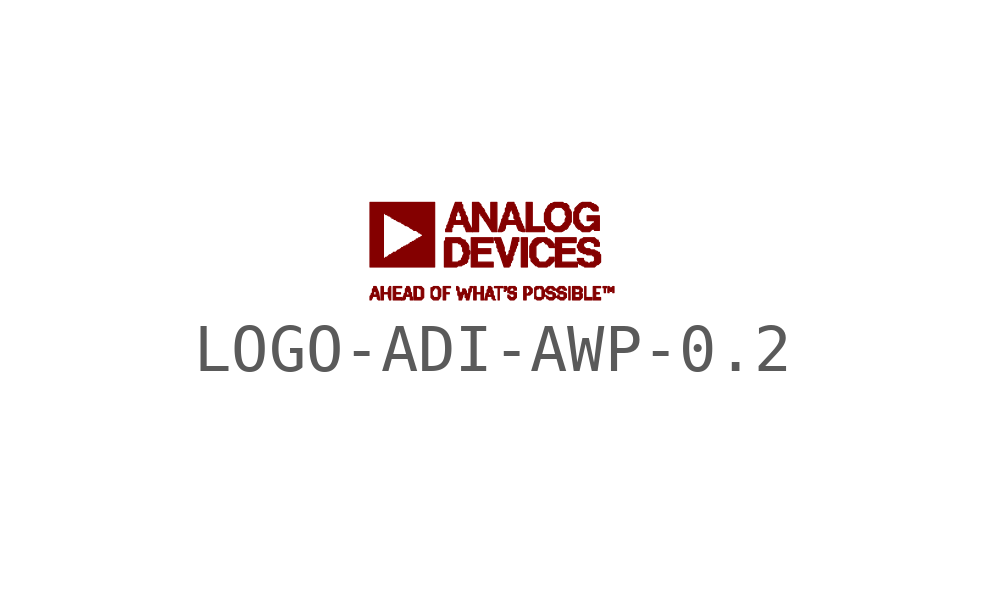
<source format=kicad_sym>
(kicad_symbol_lib
  (version 20201005)
  (generator kicad_symbol_editor)
  (symbol "LOGO-ADI-AWP-0.2"
    (pin_names
      (offset 1.016))
    (property "Reference" "#G"
      (at 0 -0.254 0)
      (effects (font (size 1.524 1.524)) hide))
    (symbol "LOGO-ADI-AWP-0.2_0_0"
      (polyline (pts (xy 0.254 -0.813) (xy 0.254 -0.838) (xy 0.279 -0.838) (xy 0.279 -0.813) (xy 0.254 -0.813)) (stroke (width 0.025)) (fill (type outline)))
      (polyline (pts (xy 0.737 0.279) (xy 0.61 0.279) (xy 0.61 -0.33) (xy 0.737 -0.33) (xy 0.737 0.279)) (stroke (width 0.025)) (fill (type outline)))
      (polyline (pts (xy 1.626 -0.737) (xy 1.6 -0.737) (xy 1.6 -1.016) (xy 1.626 -1.016) (xy 1.626 -0.737)) (stroke (width 0.025)) (fill (type outline)))
      (polyline (pts (xy 2.464 -0.838) (xy 2.489 -0.838) (xy 2.489 -0.813) (xy 2.464 -0.813) (xy 2.464 -0.838)) (stroke (width 0.025)) (fill (type outline)))
      (polyline (pts (xy 0.305 -0.813) (xy 0.305 -0.737) (xy 0.254 -0.737) (xy 0.254 -0.787) (xy 0.279 -0.787) (xy 0.279 -0.813) (xy 0.305 -0.813)) (stroke (width 0.025)) (fill (type outline)))
      (polyline (pts (xy 1.092 0.508) (xy 0.838 0.508) (xy 0.838 1.016) (xy 0.711 1.016) (xy 0.711 0.406) (xy 1.092 0.406) (xy 1.092 0.508)) (stroke (width 0.025)) (fill (type outline)))
      (polyline (pts (xy 2.083 -0.965) (xy 1.956 -0.965) (xy 1.956 -0.737) (xy 1.93 -0.737) (xy 1.93 -1.016) (xy 2.083 -1.016) (xy 2.083 -0.965)) (stroke (width 0.025)) (fill (type outline)))
      (polyline (pts (xy 2.464 -0.762) (xy 2.438 -0.737) (xy 2.413 -0.737) (xy 2.413 -0.864) (xy 2.438 -0.864) (xy 2.438 -0.813) (xy 2.464 -0.813) (xy 2.464 -0.762)) (stroke (width 0.025)) (fill (type outline)))
      (polyline (pts (xy 2.515 -0.787) (xy 2.515 -0.864) (xy 2.54 -0.864) (xy 2.54 -0.737) (xy 2.515 -0.737) (xy 2.489 -0.762) (xy 2.489 -0.813) (xy 2.515 -0.787)) (stroke (width 0.025)) (fill (type outline)))
      (polyline (pts (xy 0.152 -0.762) (xy 0.229 -0.762) (xy 0.229 -0.737) (xy 0.051 -0.737) (xy 0.051 -0.762) (xy 0.127 -0.762) (xy 0.127 -1.016) (xy 0.152 -1.016) (xy 0.152 -0.762)) (stroke (width 0.025)) (fill (type outline)))
      (polyline (pts (xy 2.362 -0.762) (xy 2.388 -0.762) (xy 2.388 -0.737) (xy 2.311 -0.737) (xy 2.311 -0.762) (xy 2.337 -0.762) (xy 2.337 -0.864) (xy 2.362 -0.864) (xy 2.362 -0.762)) (stroke (width 0.025)) (fill (type outline)))
      (polyline (pts (xy -0.965 -0.889) (xy -0.889 -0.889) (xy -0.889 -0.864) (xy -0.965 -0.864) (xy -0.965 -0.762) (xy -0.864 -0.762) (xy -0.864 -0.737) (xy -1.016 -0.737) (xy -1.016 -1.016) (xy -0.965 -1.016) (xy -0.965 -0.889)) (stroke (width 0.025)) (fill (type outline)))
      (polyline (pts (xy -1.88 -0.965) (xy -2.007 -0.965) (xy -2.007 -0.889) (xy -1.905 -0.889) (xy -1.905 -0.864) (xy -2.007 -0.864) (xy -2.007 -0.762) (xy -1.88 -0.762) (xy -1.88 -0.737) (xy -2.057 -0.737) (xy -2.057 -1.016) (xy -1.88 -1.016) (xy -1.88 -0.965)) (stroke (width 0.025)) (fill (type outline)))
      (polyline (pts (xy -0.33 -0.889) (xy -0.229 -0.889) (xy -0.229 -1.016) (xy -0.178 -1.016) (xy -0.178 -0.737) (xy -0.229 -0.737) (xy -0.229 -0.864) (xy -0.33 -0.864) (xy -0.33 -0.737) (xy -0.381 -0.737) (xy -0.381 -1.016) (xy -0.33 -1.016) (xy -0.33 -0.889)) (stroke (width 0.025)) (fill (type outline)))
      (polyline (pts (xy 0.025 -0.229) (xy -0.305 -0.229) (xy -0.305 -0.051) (xy -0.025 -0.051) (xy -0.025 0.051) (xy -0.305 0.051) (xy -0.305 0.178) (xy 0.025 0.178) (xy 0.025 0.279) (xy -0.432 0.279) (xy -0.432 -0.33) (xy 0.025 -0.33) (xy 0.025 -0.229)) (stroke (width 0.025)) (fill (type outline)))
      (polyline (pts (xy 1.778 -0.229) (xy 1.448 -0.229) (xy 1.448 -0.051) (xy 1.727 -0.051) (xy 1.727 0.051) (xy 1.448 0.051) (xy 1.448 0.178) (xy 1.753 0.178) (xy 1.753 0.279) (xy 1.321 0.279) (xy 1.321 -0.33) (xy 1.778 -0.33) (xy 1.778 -0.229)) (stroke (width 0.025)) (fill (type outline)))
      (polyline (pts (xy 2.261 -0.965) (xy 2.159 -0.965) (xy 2.159 -0.889) (xy 2.235 -0.889) (xy 2.235 -0.864) (xy 2.159 -0.864) (xy 2.159 -0.762) (xy 2.261 -0.762) (xy 2.261 -0.737) (xy 2.108 -0.737) (xy 2.108 -1.016) (xy 2.261 -1.016) (xy 2.261 -0.965)) (stroke (width 0.025)) (fill (type outline)))
      (polyline (pts (xy -2.261 -0.889) (xy -2.159 -0.889) (xy -2.159 -0.94) (xy -2.134 -1.016) (xy -2.108 -1.016) (xy -2.108 -0.737) (xy -2.134 -0.737) (xy -2.159 -0.787) (xy -2.159 -0.864) (xy -2.261 -0.864) (xy -2.261 -0.737) (xy -2.311 -0.737) (xy -2.311 -1.016) (xy -2.261 -1.016) (xy -2.261 -0.889)) (stroke (width 0.025)) (fill (type outline)))
      (polyline (pts (xy -1.422 -0.965) (xy -1.422 -0.787) (xy -1.473 -0.737) (xy -1.626 -0.737) (xy -1.626 -0.965) (xy -1.575 -0.965) (xy -1.575 -0.762) (xy -1.524 -0.762) (xy -1.499 -0.787) (xy -1.473 -0.787) (xy -1.473 -0.965) (xy -1.575 -0.965) (xy -1.626 -0.965) (xy -1.626 -1.016) (xy -1.473 -1.016) (xy -1.422 -0.965)) (stroke (width 0.025)) (fill (type outline)))
      (polyline (pts (xy 0.711 -0.914) (xy 0.787 -0.914) (xy 0.838 -0.864) (xy 0.838 -0.787) (xy 0.787 -0.737) (xy 0.66 -0.737) (xy 0.66 -0.889) (xy 0.711 -0.889) (xy 0.711 -0.762) (xy 0.762 -0.762) (xy 0.762 -0.787) (xy 0.787 -0.787) (xy 0.787 -0.864) (xy 0.762 -0.864) (xy 0.762 -0.889) (xy 0.711 -0.889) (xy 0.66 -0.889) (xy 0.66 -1.016) (xy 0.711 -1.016) (xy 0.711 -0.914)) (stroke (width 0.025)) (fill (type outline)))
      (polyline (pts (xy -2.489 -0.965) (xy -2.489 -0.94) (xy -2.388 -0.94) (xy -2.388 -0.991) (xy -2.362 -1.016) (xy -2.337 -1.016) (xy -2.362 -0.864) (xy -2.413 -0.737) (xy -2.464 -0.737) (xy -2.464 -0.787) (xy -2.489 -0.787) (xy -2.489 -0.864) (xy -2.515 -0.889) (xy -2.515 -0.914) (xy -2.464 -0.914) (xy -2.464 -0.838) (xy -2.413 -0.838) (xy -2.413 -0.914) (xy -2.464 -0.914) (xy -2.515 -0.914) (xy -2.54 -0.94) (xy -2.54 -1.016) (xy -2.515 -1.016) (xy -2.489 -0.965)) (stroke (width 0.025)) (fill (type outline)))
      (polyline (pts (xy -1.803 -0.991) (xy -1.803 -0.94) (xy -1.702 -0.94) (xy -1.702 -1.016) (xy -1.651 -1.016) (xy -1.651 -0.965) (xy -1.676 -0.94) (xy -1.676 -0.864) (xy -1.702 -0.864) (xy -1.702 -0.787) (xy -1.727 -0.737) (xy -1.778 -0.737) (xy -1.778 -0.762) (xy -1.803 -0.787) (xy -1.803 -0.864) (xy -1.829 -0.889) (xy -1.829 -0.914) (xy -1.778 -0.914) (xy -1.778 -0.838) (xy -1.753 -0.838) (xy -1.727 -0.864) (xy -1.727 -0.914) (xy -1.778 -0.914) (xy -1.829 -0.914) (xy -1.88 -1.016) (xy -1.829 -1.016) (xy -1.803 -0.991)) (stroke (width 0.025)) (fill (type outline)))
      (polyline (pts (xy 1.88 -0.965) (xy 1.88 -0.889) (xy 1.854 -0.889) (xy 1.854 -0.864) (xy 1.88 -0.838) (xy 1.88 -0.787) (xy 1.829 -0.737) (xy 1.676 -0.737) (xy 1.676 -0.864) (xy 1.727 -0.864) (xy 1.727 -0.762) (xy 1.778 -0.787) (xy 1.829 -0.787) (xy 1.829 -0.838) (xy 1.803 -0.864) (xy 1.727 -0.864) (xy 1.676 -0.864) (xy 1.676 -0.965) (xy 1.727 -0.965) (xy 1.727 -0.889) (xy 1.829 -0.889) (xy 1.829 -0.965) (xy 1.727 -0.965) (xy 1.676 -0.965) (xy 1.676 -1.016) (xy 1.829 -1.016) (xy 1.88 -0.965)) (stroke (width 0.025)) (fill (type outline)))
      (polyline (pts (xy -0.279 0.813) (xy -0.254 0.813) (xy -0.254 0.787) (xy -0.229 0.762) (xy -0.229 0.737) (xy -0.203 0.737) (xy -0.203 0.711) (xy -0.178 0.686) (xy -0.152 0.635) (xy -0.127 0.61) (xy 0 0.406) (xy 0.102 0.406) (xy 0.102 1.016) (xy -0.025 1.016) (xy -0.025 0.61) (xy -0.127 0.787) (xy -0.152 0.813) (xy -0.152 0.838) (xy -0.178 0.889) (xy -0.203 0.889) (xy -0.203 0.914) (xy -0.229 0.94) (xy -0.229 0.965) (xy -0.279 1.016) (xy -0.406 1.016) (xy -0.406 0.406) (xy -0.279 0.406) (xy -0.279 0.813)) (stroke (width 0.025)) (fill (type outline)))
      (polyline (pts (xy 1.041 -0.991) (xy 1.067 -0.991) (xy 1.067 -0.965) (xy 1.092 -0.94) (xy 1.092 -0.813) (xy 1.067 -0.787) (xy 1.067 -0.762) (xy 1.041 -0.737) (xy 0.914 -0.737) (xy 0.914 -0.762) (xy 0.889 -0.762) (xy 0.889 -0.94) (xy 0.914 -0.94) (xy 0.914 -0.813) (xy 0.94 -0.787) (xy 0.965 -0.787) (xy 0.965 -0.762) (xy 0.991 -0.762) (xy 1.016 -0.787) (xy 1.041 -0.787) (xy 1.041 -0.965) (xy 0.94 -0.965) (xy 0.914 -0.94) (xy 0.889 -0.94) (xy 0.889 -0.991) (xy 0.914 -0.991) (xy 0.94 -1.016) (xy 1.016 -1.016) (xy 1.041 -0.991)) (stroke (width 0.025)) (fill (type outline)))
      (polyline (pts (xy -1.118 -0.991) (xy -1.092 -0.991) (xy -1.092 -0.965) (xy -1.067 -0.94) (xy -1.067 -0.787) (xy -1.092 -0.787) (xy -1.092 -0.762) (xy -1.118 -0.737) (xy -1.219 -0.737) (xy -1.245 -0.762) (xy -1.27 -0.762) (xy -1.27 -0.914) (xy -1.245 -0.914) (xy -1.245 -0.838) (xy -1.219 -0.813) (xy -1.219 -0.787) (xy -1.194 -0.787) (xy -1.194 -0.762) (xy -1.143 -0.762) (xy -1.143 -0.787) (xy -1.118 -0.787) (xy -1.118 -0.965) (xy -1.219 -0.965) (xy -1.219 -0.94) (xy -1.245 -0.914) (xy -1.27 -0.914) (xy -1.27 -0.965) (xy -1.219 -1.016) (xy -1.118 -1.016) (xy -1.118 -0.991)) (stroke (width 0.025)) (fill (type outline)))
      (polyline (pts (xy -0.102 -0.94) (xy 0 -0.94) (xy 0 -0.991) (xy 0.025 -0.991) (xy 0.025 -1.016) (xy 0.076 -1.016) (xy 0.051 -0.991) (xy 0.051 -0.94) (xy 0.025 -0.914) (xy 0.025 -0.838) (xy 0 -0.813) (xy 0 -0.762) (xy -0.025 -0.762) (xy -0.025 -0.737) (xy -0.076 -0.737) (xy -0.076 -0.787) (xy -0.102 -0.813) (xy -0.102 -0.864) (xy -0.127 -0.889) (xy -0.127 -0.914) (xy -0.076 -0.914) (xy -0.076 -0.864) (xy -0.051 -0.864) (xy -0.051 -0.813) (xy -0.025 -0.813) (xy -0.025 -0.889) (xy 0 -0.914) (xy -0.076 -0.914) (xy -0.127 -0.914) (xy -0.152 -1.016) (xy -0.102 -1.016) (xy -0.102 -0.94)) (stroke (width 0.025)) (fill (type outline)))
      (polyline (pts (xy 0.508 -0.965) (xy 0.508 -0.864) (xy 0.457 -0.864) (xy 0.457 -0.838) (xy 0.381 -0.838) (xy 0.356 -0.813) (xy 0.406 -0.762) (xy 0.432 -0.762) (xy 0.457 -0.787) (xy 0.457 -0.813) (xy 0.508 -0.813) (xy 0.508 -0.762) (xy 0.483 -0.762) (xy 0.483 -0.737) (xy 0.356 -0.737) (xy 0.356 -0.762) (xy 0.33 -0.762) (xy 0.33 -0.864) (xy 0.356 -0.864) (xy 0.381 -0.889) (xy 0.457 -0.889) (xy 0.457 -0.914) (xy 0.483 -0.914) (xy 0.483 -0.94) (xy 0.457 -0.94) (xy 0.457 -0.965) (xy 0.381 -0.965) (xy 0.381 -0.94) (xy 0.356 -0.94) (xy 0.356 -0.914) (xy 0.33 -0.914) (xy 0.33 -0.965) (xy 0.381 -1.016) (xy 0.457 -1.016) (xy 0.508 -0.965)) (stroke (width 0.025)) (fill (type outline)))
      (polyline (pts (xy 1.321 -0.965) (xy 1.321 -0.889) (xy 1.295 -0.889) (xy 1.295 -0.864) (xy 1.27 -0.864) (xy 1.245 -0.838) (xy 1.168 -0.838) (xy 1.168 -0.787) (xy 1.194 -0.787) (xy 1.219 -0.762) (xy 1.245 -0.762) (xy 1.245 -0.787) (xy 1.27 -0.787) (xy 1.27 -0.813) (xy 1.321 -0.813) (xy 1.321 -0.787) (xy 1.27 -0.737) (xy 1.168 -0.737) (xy 1.143 -0.762) (xy 1.143 -0.787) (xy 1.118 -0.787) (xy 1.118 -0.838) (xy 1.143 -0.838) (xy 1.143 -0.864) (xy 1.168 -0.864) (xy 1.168 -0.889) (xy 1.27 -0.889) (xy 1.27 -0.965) (xy 1.168 -0.965) (xy 1.168 -0.94) (xy 1.143 -0.94) (xy 1.118 -0.914) (xy 1.118 -0.94) (xy 1.143 -0.965) (xy 1.143 -0.991) (xy 1.168 -0.991) (xy 1.194 -1.016) (xy 1.27 -1.016) (xy 1.321 -0.965)) (stroke (width 0.025)) (fill (type outline)))
      (polyline (pts (xy -0.61 -0.94) (xy -0.61 -0.914) (xy -0.584 -0.889) (xy -0.584 -0.864) (xy -0.559 -0.889) (xy -0.559 -0.965) (xy -0.533 -0.965) (xy -0.533 -1.016) (xy -0.483 -1.016) (xy -0.457 -0.889) (xy -0.457 -0.864) (xy -0.432 -0.838) (xy -0.432 -0.762) (xy -0.406 -0.762) (xy -0.406 -0.737) (xy -0.457 -0.737) (xy -0.457 -0.787) (xy -0.483 -0.787) (xy -0.483 -0.864) (xy -0.508 -0.889) (xy -0.508 -0.914) (xy -0.533 -0.914) (xy -0.533 -0.838) (xy -0.559 -0.787) (xy -0.61 -0.787) (xy -0.61 -0.838) (xy -0.635 -0.864) (xy -0.635 -0.94) (xy -0.66 -0.94) (xy -0.66 -0.864) (xy -0.686 -0.838) (xy -0.686 -0.762) (xy -0.711 -0.737) (xy -0.737 -0.737) (xy -0.737 -0.813) (xy -0.711 -0.813) (xy -0.711 -0.914) (xy -0.686 -0.94) (xy -0.686 -1.016) (xy -0.635 -1.016) (xy -0.61 -0.94)) (stroke (width 0.025)) (fill (type outline)))
      (polyline (pts (xy 0.356 -0.305) (xy 0.381 -0.305) (xy 0.381 -0.254) (xy 0.406 -0.229) (xy 0.406 -0.203) (xy 0.432 -0.178) (xy 0.432 -0.102) (xy 0.457 -0.076) (xy 0.457 -0.025) (xy 0.483 0) (xy 0.483 0.025) (xy 0.508 0.076) (xy 0.508 0.102) (xy 0.533 0.127) (xy 0.533 0.203) (xy 0.559 0.203) (xy 0.559 0.279) (xy 0.432 0.279) (xy 0.381 0.051) (xy 0.381 0.025) (xy 0.356 0) (xy 0.356 -0.051) (xy 0.33 -0.076) (xy 0.33 -0.127) (xy 0.305 -0.152) (xy 0.305 -0.102) (xy 0.279 -0.076) (xy 0.279 -0.025) (xy 0.254 0) (xy 0.254 0.076) (xy 0.178 0.279) (xy 0.051 0.279) (xy 0.051 0.229) (xy 0.076 0.229) (xy 0.076 0.178) (xy 0.102 0.152) (xy 0.102 0.076) (xy 0.127 0.051) (xy 0.127 0) (xy 0.152 -0.025) (xy 0.254 -0.33) (xy 0.356 -0.33) (xy 0.356 -0.305)) (stroke (width 0.025)) (fill (type outline)))
      (polyline (pts (xy 1.168 -0.305) (xy 1.194 -0.305) (xy 1.295 -0.203) (xy 1.295 -0.127) (xy 1.194 -0.127) (xy 1.194 -0.152) (xy 1.118 -0.229) (xy 0.991 -0.229) (xy 0.965 -0.203) (xy 0.965 -0.178) (xy 0.914 -0.127) (xy 0.914 0.102) (xy 0.991 0.178) (xy 1.016 0.178) (xy 1.041 0.203) (xy 1.092 0.203) (xy 1.092 0.178) (xy 1.118 0.178) (xy 1.118 0.152) (xy 1.143 0.152) (xy 1.168 0.127) (xy 1.194 0.076) (xy 1.321 0.076) (xy 1.295 0.102) (xy 1.295 0.152) (xy 1.27 0.152) (xy 1.27 0.178) (xy 1.194 0.254) (xy 1.168 0.254) (xy 1.143 0.279) (xy 0.94 0.279) (xy 0.889 0.254) (xy 0.838 0.203) (xy 0.838 0.178) (xy 0.813 0.152) (xy 0.787 0.102) (xy 0.787 -0.127) (xy 0.813 -0.152) (xy 0.813 -0.203) (xy 0.914 -0.305) (xy 0.94 -0.305) (xy 0.965 -0.33) (xy 1.143 -0.33) (xy 1.168 -0.305)) (stroke (width 0.025)) (fill (type outline)))
      (polyline (pts (xy 1.499 -0.991) (xy 1.524 -0.991) (xy 1.524 -0.965) (xy 1.549 -0.965) (xy 1.549 -0.889) (xy 1.524 -0.864) (xy 1.499 -0.864) (xy 1.473 -0.838) (xy 1.397 -0.838) (xy 1.397 -0.787) (xy 1.422 -0.787) (xy 1.422 -0.762) (xy 1.448 -0.762) (xy 1.473 -0.787) (xy 1.499 -0.787) (xy 1.499 -0.813) (xy 1.549 -0.813) (xy 1.549 -0.787) (xy 1.524 -0.787) (xy 1.524 -0.762) (xy 1.499 -0.737) (xy 1.397 -0.737) (xy 1.397 -0.762) (xy 1.372 -0.762) (xy 1.372 -0.787) (xy 1.346 -0.787) (xy 1.346 -0.838) (xy 1.372 -0.838) (xy 1.372 -0.864) (xy 1.397 -0.864) (xy 1.397 -0.889) (xy 1.499 -0.889) (xy 1.499 -0.965) (xy 1.422 -0.965) (xy 1.397 -0.94) (xy 1.397 -0.914) (xy 1.372 -0.914) (xy 1.372 -0.94) (xy 1.346 -0.94) (xy 1.346 -0.965) (xy 1.372 -0.965) (xy 1.372 -0.991) (xy 1.397 -0.991) (xy 1.422 -1.016) (xy 1.499 -1.016) (xy 1.499 -0.991)) (stroke (width 0.025)) (fill (type outline)))
      (polyline (pts (xy -0.838 0.483) (xy -0.813 0.508) (xy -0.813 0.559) (xy -0.584 0.559) (xy -0.584 0.508) (xy -0.559 0.508) (xy -0.559 0.483) (xy -0.533 0.406) (xy -0.406 0.406) (xy -0.432 0.483) (xy -0.508 0.635) (xy -0.508 0.686) (xy -0.533 0.737) (xy -0.559 0.762) (xy -0.559 0.813) (xy -0.584 0.838) (xy -0.584 0.864) (xy -0.61 0.889) (xy -0.61 0.965) (xy -0.635 0.965) (xy -0.635 1.016) (xy -0.762 1.016) (xy -0.864 0.737) (xy -0.864 0.711) (xy -0.889 0.66) (xy -0.889 0.635) (xy -0.762 0.635) (xy -0.762 0.737) (xy -0.737 0.737) (xy -0.737 0.787) (xy -0.711 0.838) (xy -0.711 0.889) (xy -0.686 0.864) (xy -0.686 0.813) (xy -0.66 0.787) (xy -0.66 0.737) (xy -0.635 0.737) (xy -0.635 0.635) (xy -0.762 0.635) (xy -0.889 0.635) (xy -0.914 0.584) (xy -0.914 0.559) (xy -0.94 0.533) (xy -0.94 0.483) (xy -0.965 0.457) (xy -0.965 0.406) (xy -0.838 0.406) (xy -0.838 0.483)) (stroke (width 0.025)) (fill (type outline)))
      (polyline (pts (xy -0.711 -0.305) (xy -0.635 -0.305) (xy -0.61 -0.279) (xy -0.584 -0.279) (xy -0.559 -0.254) (xy -0.533 -0.254) (xy -0.533 -0.229) (xy -0.508 -0.229) (xy -0.508 -0.178) (xy -0.483 -0.152) (xy -0.483 -0.076) (xy -0.457 -0.051) (xy -0.457 0) (xy -0.483 0.025) (xy -0.483 0.102) (xy -0.508 0.152) (xy -0.559 0.203) (xy -0.559 0.229) (xy -0.584 0.229) (xy -0.635 0.254) (xy -0.66 0.279) (xy -0.965 0.279) (xy -0.965 0.229) (xy -0.991 0.203) (xy -0.991 -0.229) (xy -0.838 -0.229) (xy -0.838 0.178) (xy -0.711 0.178) (xy -0.686 0.152) (xy -0.66 0.152) (xy -0.635 0.127) (xy -0.635 0.102) (xy -0.61 0.076) (xy -0.61 0) (xy -0.584 -0.025) (xy -0.584 -0.051) (xy -0.61 -0.102) (xy -0.61 -0.127) (xy -0.635 -0.152) (xy -0.635 -0.178) (xy -0.66 -0.203) (xy -0.686 -0.203) (xy -0.711 -0.229) (xy -0.838 -0.229) (xy -0.991 -0.229) (xy -0.991 -0.33) (xy -0.737 -0.33) (xy -0.711 -0.305)) (stroke (width 0.025)) (fill (type outline)))
      (polyline (pts (xy 2.083 0.457) (xy 2.134 0.457) (xy 2.134 0.432) (xy 2.235 0.432) (xy 2.235 0.737) (xy 1.981 0.737) (xy 1.981 0.635) (xy 2.134 0.635) (xy 2.134 0.584) (xy 2.108 0.584) (xy 2.032 0.508) (xy 1.905 0.508) (xy 1.905 0.533) (xy 1.88 0.533) (xy 1.88 0.559) (xy 1.854 0.559) (xy 1.854 0.584) (xy 1.829 0.584) (xy 1.829 0.635) (xy 1.803 0.66) (xy 1.803 0.787) (xy 1.829 0.813) (xy 1.854 0.864) (xy 1.854 0.889) (xy 1.88 0.889) (xy 1.88 0.914) (xy 1.956 0.914) (xy 1.981 0.94) (xy 2.007 0.914) (xy 2.057 0.914) (xy 2.057 0.889) (xy 2.108 0.838) (xy 2.21 0.838) (xy 2.21 0.914) (xy 2.159 0.965) (xy 2.134 0.965) (xy 2.108 0.991) (xy 2.083 0.991) (xy 2.057 1.016) (xy 1.88 1.016) (xy 1.829 0.991) (xy 1.727 0.889) (xy 1.727 0.838) (xy 1.702 0.813) (xy 1.702 0.584) (xy 1.727 0.559) (xy 1.753 0.508) (xy 1.803 0.457) (xy 1.829 0.457) (xy 1.88 0.406) (xy 2.032 0.406) (xy 2.083 0.457)) (stroke (width 0.025)) (fill (type outline)))
      (polyline (pts (xy 0.254 0.432) (xy 0.279 0.483) (xy 0.279 0.533) (xy 0.305 0.559) (xy 0.508 0.559) (xy 0.533 0.483) (xy 0.559 0.432) (xy 0.635 0.406) (xy 0.686 0.406) (xy 0.686 0.457) (xy 0.66 0.457) (xy 0.66 0.508) (xy 0.635 0.533) (xy 0.635 0.559) (xy 0.61 0.584) (xy 0.61 0.61) (xy 0.584 0.66) (xy 0.584 0.686) (xy 0.559 0.711) (xy 0.559 0.787) (xy 0.533 0.813) (xy 0.533 0.838) (xy 0.508 0.889) (xy 0.508 0.914) (xy 0.483 0.94) (xy 0.483 0.965) (xy 0.457 0.991) (xy 0.457 1.016) (xy 0.33 1.016) (xy 0.305 0.965) (xy 0.305 0.914) (xy 0.279 0.889) (xy 0.279 0.813) (xy 0.254 0.787) (xy 0.254 0.762) (xy 0.229 0.737) (xy 0.229 0.686) (xy 0.203 0.66) (xy 0.203 0.635) (xy 0.33 0.635) (xy 0.33 0.711) (xy 0.356 0.737) (xy 0.356 0.787) (xy 0.406 0.889) (xy 0.432 0.787) (xy 0.457 0.762) (xy 0.457 0.686) (xy 0.483 0.66) (xy 0.483 0.635) (xy 0.33 0.635) (xy 0.203 0.635) (xy 0.127 0.406) (xy 0.203 0.406) (xy 0.254 0.432)) (stroke (width 0.025)) (fill (type outline)))
      (polyline (pts (xy 1.499 0.432) (xy 1.524 0.457) (xy 1.549 0.457) (xy 1.575 0.483) (xy 1.6 0.533) (xy 1.626 0.559) (xy 1.626 0.584) (xy 1.651 0.61) (xy 1.651 0.813) (xy 1.626 0.864) (xy 1.6 0.889) (xy 1.6 0.94) (xy 1.549 0.991) (xy 1.499 0.991) (xy 1.473 1.016) (xy 1.295 1.016) (xy 1.245 0.991) (xy 1.219 0.991) (xy 1.219 0.965) (xy 1.194 0.965) (xy 1.168 0.94) (xy 1.143 0.889) (xy 1.118 0.864) (xy 1.118 0.838) (xy 1.092 0.787) (xy 1.092 0.61) (xy 1.219 0.61) (xy 1.219 0.813) (xy 1.245 0.838) (xy 1.245 0.864) (xy 1.27 0.864) (xy 1.27 0.889) (xy 1.295 0.889) (xy 1.295 0.914) (xy 1.448 0.914) (xy 1.524 0.838) (xy 1.524 0.762) (xy 1.549 0.737) (xy 1.549 0.711) (xy 1.524 0.66) (xy 1.524 0.61) (xy 1.473 0.559) (xy 1.473 0.533) (xy 1.448 0.533) (xy 1.422 0.508) (xy 1.321 0.508) (xy 1.295 0.533) (xy 1.27 0.533) (xy 1.27 0.559) (xy 1.219 0.61) (xy 1.092 0.61) (xy 1.118 0.584) (xy 1.118 0.559) (xy 1.143 0.533) (xy 1.168 0.483) (xy 1.194 0.457) (xy 1.219 0.457) (xy 1.27 0.432) (xy 1.295 0.406) (xy 1.448 0.406) (xy 1.499 0.432)) (stroke (width 0.025)) (fill (type outline)))
      (polyline (pts (xy -1.194 1.016) (xy -2.54 1.016) (xy -2.54 -0.152) (xy -2.261 -0.152) (xy -2.261 0.813) (xy -2.21 0.762) (xy -2.184 0.762) (xy -2.159 0.737) (xy -2.134 0.737) (xy -2.108 0.711) (xy -2.083 0.711) (xy -2.083 0.686) (xy -2.057 0.686) (xy -2.032 0.66) (xy -2.007 0.66) (xy -1.981 0.635) (xy -1.93 0.61) (xy -1.905 0.61) (xy -1.88 0.584) (xy -1.829 0.559) (xy -1.803 0.533) (xy -1.778 0.533) (xy -1.727 0.508) (xy -1.702 0.483) (xy -1.651 0.457) (xy -1.626 0.432) (xy -1.575 0.432) (xy -1.549 0.406) (xy -1.524 0.406) (xy -1.524 0.381) (xy -1.499 0.381) (xy -1.473 0.356) (xy -1.448 0.356) (xy -1.448 0.305) (xy -1.473 0.305) (xy -1.499 0.279) (xy -1.524 0.279) (xy -1.549 0.254) (xy -1.575 0.254) (xy -1.575 0.229) (xy -1.6 0.229) (xy -1.626 0.203) (xy -1.651 0.203) (xy -1.676 0.178) (xy -1.702 0.178) (xy -1.702 0.152) (xy -1.727 0.152) (xy -1.753 0.127) (xy -1.778 0.127) (xy -1.803 0.102) (xy -1.829 0.102) (xy -1.854 0.076) (xy -1.88 0.076) (xy -1.88 0.051) (xy -1.905 0.051) (xy -1.93 0.025) (xy -1.956 0.025) (xy -2.007 -0.025) (xy -2.057 -0.025) (xy -2.057 -0.051) (xy -2.083 -0.051) (xy -2.108 -0.076) (xy -2.134 -0.076) (xy -2.184 -0.127) (xy -2.21 -0.127) (xy -2.235 -0.152) (xy -2.261 -0.152) (xy -2.54 -0.152) (xy -2.54 -0.33) (xy -1.194 -0.33) (xy -1.194 1.016)) (stroke (width 0.025)) (fill (type outline)))
      (polyline (pts (xy 2.184 -0.279) (xy 2.21 -0.279) (xy 2.261 -0.229) (xy 2.261 -0.076) (xy 2.235 -0.051) (xy 2.235 -0.025) (xy 2.21 -0.025) (xy 2.184 0) (xy 2.159 0) (xy 2.134 0.025) (xy 2.057 0.025) (xy 2.032 0.051) (xy 1.956 0.051) (xy 1.905 0.102) (xy 1.905 0.152) (xy 1.93 0.178) (xy 1.956 0.178) (xy 1.981 0.203) (xy 2.057 0.203) (xy 2.083 0.178) (xy 2.108 0.178) (xy 2.134 0.152) (xy 2.134 0.102) (xy 2.235 0.102) (xy 2.235 0.178) (xy 2.21 0.203) (xy 2.21 0.229) (xy 2.184 0.229) (xy 2.134 0.279) (xy 1.905 0.279) (xy 1.88 0.254) (xy 1.854 0.254) (xy 1.829 0.229) (xy 1.829 0.203) (xy 1.803 0.178) (xy 1.803 0.152) (xy 1.778 0.127) (xy 1.778 0.076) (xy 1.803 0.051) (xy 1.803 0.025) (xy 1.854 -0.025) (xy 1.88 -0.025) (xy 1.905 -0.051) (xy 1.956 -0.051) (xy 1.981 -0.076) (xy 2.083 -0.076) (xy 2.108 -0.102) (xy 2.134 -0.102) (xy 2.134 -0.152) (xy 2.159 -0.152) (xy 2.134 -0.178) (xy 2.134 -0.203) (xy 2.108 -0.229) (xy 2.057 -0.229) (xy 2.032 -0.254) (xy 2.007 -0.254) (xy 1.981 -0.229) (xy 1.93 -0.229) (xy 1.93 -0.203) (xy 1.905 -0.203) (xy 1.905 -0.152) (xy 1.778 -0.152) (xy 1.778 -0.178) (xy 1.803 -0.229) (xy 1.803 -0.254) (xy 1.829 -0.279) (xy 1.854 -0.279) (xy 1.88 -0.305) (xy 1.905 -0.305) (xy 1.93 -0.33) (xy 2.134 -0.33) (xy 2.184 -0.279)) (stroke (width 0.025)) (fill (type outline))))))
</source>
